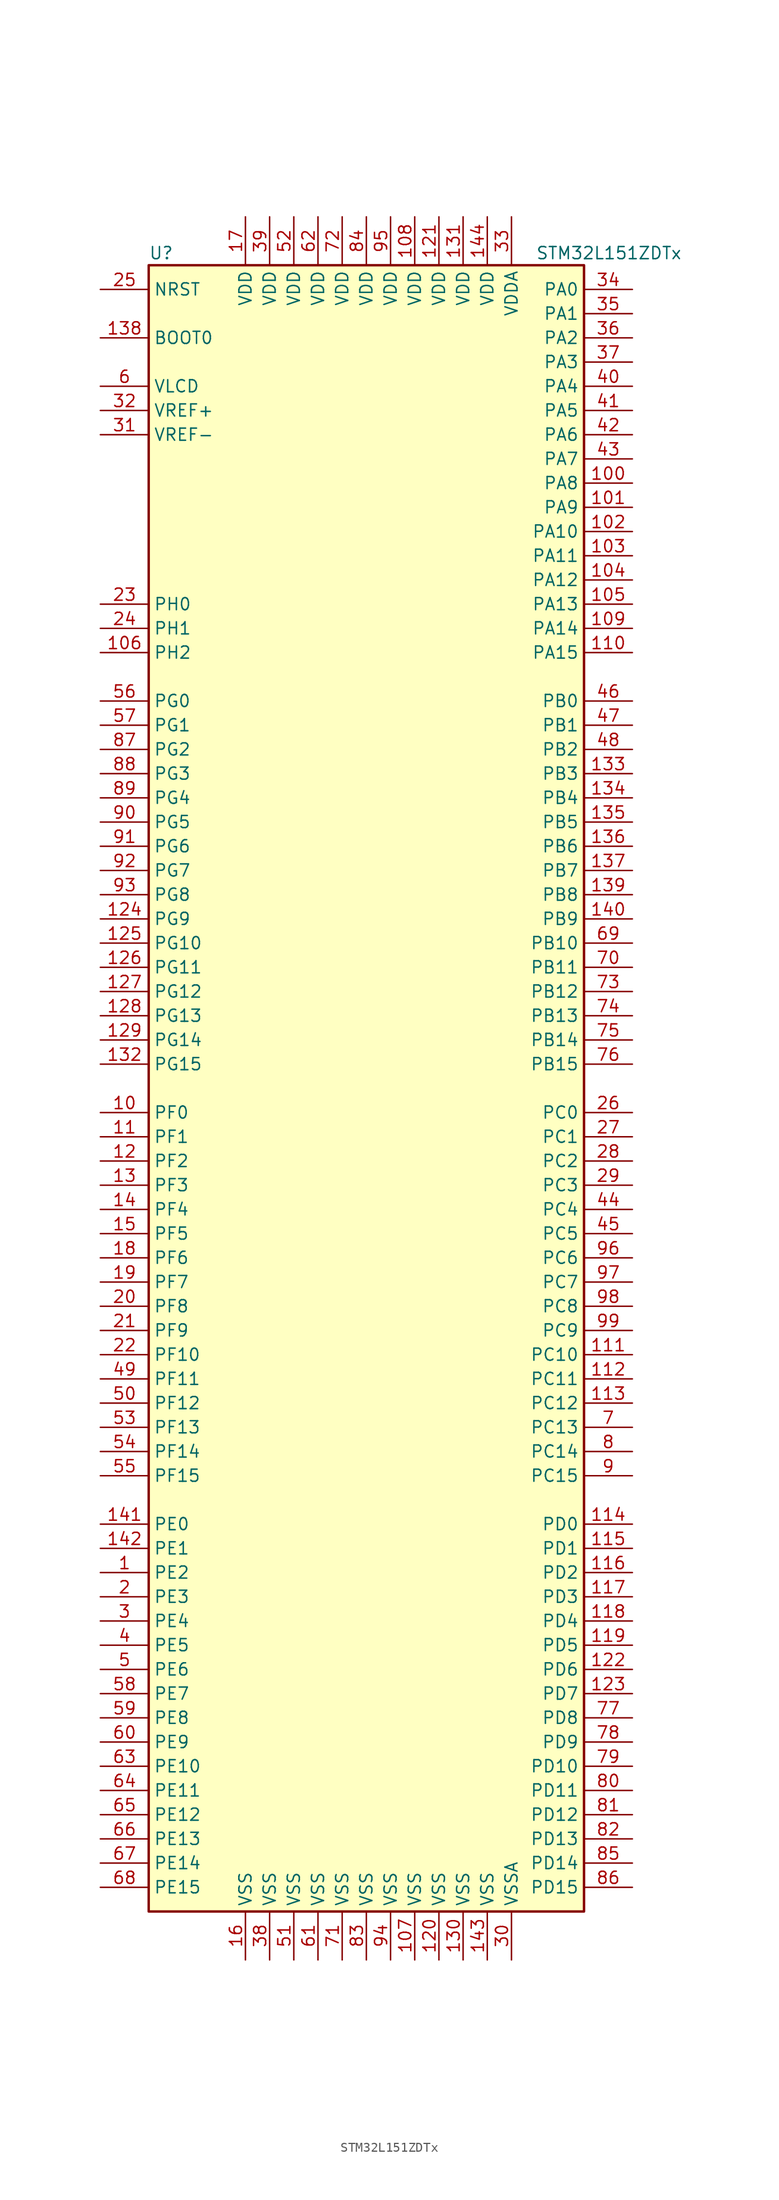
<source format=kicad_sym>
(kicad_symbol_lib
  (version 20201005)
  (generator kicad_symbol_editor)
  (symbol "STM32L151ZDTx"
    (property "Reference" "U"
      (at -22.86 87.63 0)
      (effects (font (size 1.27 1.27)) (justify left)))
    (property "Value" "STM32L151ZDTx"
      (at 17.78 87.63 0)
      (effects (font (size 1.27 1.27)) (justify left)))
    (symbol "STM32L151ZDTx_0_1"
      (rectangle (start -22.86 -86.36) (end 22.86 86.36) (stroke (width 0.254)) (fill (type background))))
    (symbol "STM32L151ZDTx_1_1"
      (pin input line (at -27.94 78.74 0) (length 5.08) (name "BOOT0" (effects (font (size 1.27 1.27)))) (number "138" (effects (font (size 1.27 1.27)))))
      (pin input line (at -27.94 83.82 0) (length 5.08) (name "NRST" (effects (font (size 1.27 1.27)))) (number "25" (effects (font (size 1.27 1.27)))))
      (pin bidirectional line (at 27.94 83.82 180) (length 5.08) (name "PA0" (effects (font (size 1.27 1.27)))) (number "34" (effects (font (size 1.27 1.27)))))
      (pin bidirectional line (at 27.94 81.28 180) (length 5.08) (name "PA1" (effects (font (size 1.27 1.27)))) (number "35" (effects (font (size 1.27 1.27)))))
      (pin bidirectional line (at 27.94 58.42 180) (length 5.08) (name "PA10" (effects (font (size 1.27 1.27)))) (number "102" (effects (font (size 1.27 1.27)))))
      (pin bidirectional line (at 27.94 55.88 180) (length 5.08) (name "PA11" (effects (font (size 1.27 1.27)))) (number "103" (effects (font (size 1.27 1.27)))))
      (pin bidirectional line (at 27.94 53.34 180) (length 5.08) (name "PA12" (effects (font (size 1.27 1.27)))) (number "104" (effects (font (size 1.27 1.27)))))
      (pin bidirectional line (at 27.94 50.8 180) (length 5.08) (name "PA13" (effects (font (size 1.27 1.27)))) (number "105" (effects (font (size 1.27 1.27)))))
      (pin bidirectional line (at 27.94 48.26 180) (length 5.08) (name "PA14" (effects (font (size 1.27 1.27)))) (number "109" (effects (font (size 1.27 1.27)))))
      (pin bidirectional line (at 27.94 45.72 180) (length 5.08) (name "PA15" (effects (font (size 1.27 1.27)))) (number "110" (effects (font (size 1.27 1.27)))))
      (pin bidirectional line (at 27.94 78.74 180) (length 5.08) (name "PA2" (effects (font (size 1.27 1.27)))) (number "36" (effects (font (size 1.27 1.27)))))
      (pin bidirectional line (at 27.94 76.2 180) (length 5.08) (name "PA3" (effects (font (size 1.27 1.27)))) (number "37" (effects (font (size 1.27 1.27)))))
      (pin bidirectional line (at 27.94 73.66 180) (length 5.08) (name "PA4" (effects (font (size 1.27 1.27)))) (number "40" (effects (font (size 1.27 1.27)))))
      (pin bidirectional line (at 27.94 71.12 180) (length 5.08) (name "PA5" (effects (font (size 1.27 1.27)))) (number "41" (effects (font (size 1.27 1.27)))))
      (pin bidirectional line (at 27.94 68.58 180) (length 5.08) (name "PA6" (effects (font (size 1.27 1.27)))) (number "42" (effects (font (size 1.27 1.27)))))
      (pin bidirectional line (at 27.94 66.04 180) (length 5.08) (name "PA7" (effects (font (size 1.27 1.27)))) (number "43" (effects (font (size 1.27 1.27)))))
      (pin bidirectional line (at 27.94 63.5 180) (length 5.08) (name "PA8" (effects (font (size 1.27 1.27)))) (number "100" (effects (font (size 1.27 1.27)))))
      (pin bidirectional line (at 27.94 60.96 180) (length 5.08) (name "PA9" (effects (font (size 1.27 1.27)))) (number "101" (effects (font (size 1.27 1.27)))))
      (pin bidirectional line (at 27.94 40.64 180) (length 5.08) (name "PB0" (effects (font (size 1.27 1.27)))) (number "46" (effects (font (size 1.27 1.27)))))
      (pin bidirectional line (at 27.94 38.1 180) (length 5.08) (name "PB1" (effects (font (size 1.27 1.27)))) (number "47" (effects (font (size 1.27 1.27)))))
      (pin bidirectional line (at 27.94 15.24 180) (length 5.08) (name "PB10" (effects (font (size 1.27 1.27)))) (number "69" (effects (font (size 1.27 1.27)))))
      (pin bidirectional line (at 27.94 12.7 180) (length 5.08) (name "PB11" (effects (font (size 1.27 1.27)))) (number "70" (effects (font (size 1.27 1.27)))))
      (pin bidirectional line (at 27.94 10.16 180) (length 5.08) (name "PB12" (effects (font (size 1.27 1.27)))) (number "73" (effects (font (size 1.27 1.27)))))
      (pin bidirectional line (at 27.94 7.62 180) (length 5.08) (name "PB13" (effects (font (size 1.27 1.27)))) (number "74" (effects (font (size 1.27 1.27)))))
      (pin bidirectional line (at 27.94 5.08 180) (length 5.08) (name "PB14" (effects (font (size 1.27 1.27)))) (number "75" (effects (font (size 1.27 1.27)))))
      (pin bidirectional line (at 27.94 2.54 180) (length 5.08) (name "PB15" (effects (font (size 1.27 1.27)))) (number "76" (effects (font (size 1.27 1.27)))))
      (pin bidirectional line (at 27.94 35.56 180) (length 5.08) (name "PB2" (effects (font (size 1.27 1.27)))) (number "48" (effects (font (size 1.27 1.27)))))
      (pin bidirectional line (at 27.94 33.02 180) (length 5.08) (name "PB3" (effects (font (size 1.27 1.27)))) (number "133" (effects (font (size 1.27 1.27)))))
      (pin bidirectional line (at 27.94 30.48 180) (length 5.08) (name "PB4" (effects (font (size 1.27 1.27)))) (number "134" (effects (font (size 1.27 1.27)))))
      (pin bidirectional line (at 27.94 27.94 180) (length 5.08) (name "PB5" (effects (font (size 1.27 1.27)))) (number "135" (effects (font (size 1.27 1.27)))))
      (pin bidirectional line (at 27.94 25.4 180) (length 5.08) (name "PB6" (effects (font (size 1.27 1.27)))) (number "136" (effects (font (size 1.27 1.27)))))
      (pin bidirectional line (at 27.94 22.86 180) (length 5.08) (name "PB7" (effects (font (size 1.27 1.27)))) (number "137" (effects (font (size 1.27 1.27)))))
      (pin bidirectional line (at 27.94 20.32 180) (length 5.08) (name "PB8" (effects (font (size 1.27 1.27)))) (number "139" (effects (font (size 1.27 1.27)))))
      (pin bidirectional line (at 27.94 17.78 180) (length 5.08) (name "PB9" (effects (font (size 1.27 1.27)))) (number "140" (effects (font (size 1.27 1.27)))))
      (pin bidirectional line (at 27.94 -2.54 180) (length 5.08) (name "PC0" (effects (font (size 1.27 1.27)))) (number "26" (effects (font (size 1.27 1.27)))))
      (pin bidirectional line (at 27.94 -5.08 180) (length 5.08) (name "PC1" (effects (font (size 1.27 1.27)))) (number "27" (effects (font (size 1.27 1.27)))))
      (pin bidirectional line (at 27.94 -27.94 180) (length 5.08) (name "PC10" (effects (font (size 1.27 1.27)))) (number "111" (effects (font (size 1.27 1.27)))))
      (pin bidirectional line (at 27.94 -30.48 180) (length 5.08) (name "PC11" (effects (font (size 1.27 1.27)))) (number "112" (effects (font (size 1.27 1.27)))))
      (pin bidirectional line (at 27.94 -33.02 180) (length 5.08) (name "PC12" (effects (font (size 1.27 1.27)))) (number "113" (effects (font (size 1.27 1.27)))))
      (pin bidirectional line (at 27.94 -35.56 180) (length 5.08) (name "PC13" (effects (font (size 1.27 1.27)))) (number "7" (effects (font (size 1.27 1.27)))))
      (pin bidirectional line (at 27.94 -38.1 180) (length 5.08) (name "PC14" (effects (font (size 1.27 1.27)))) (number "8" (effects (font (size 1.27 1.27)))))
      (pin bidirectional line (at 27.94 -40.64 180) (length 5.08) (name "PC15" (effects (font (size 1.27 1.27)))) (number "9" (effects (font (size 1.27 1.27)))))
      (pin bidirectional line (at 27.94 -7.62 180) (length 5.08) (name "PC2" (effects (font (size 1.27 1.27)))) (number "28" (effects (font (size 1.27 1.27)))))
      (pin bidirectional line (at 27.94 -10.16 180) (length 5.08) (name "PC3" (effects (font (size 1.27 1.27)))) (number "29" (effects (font (size 1.27 1.27)))))
      (pin bidirectional line (at 27.94 -12.7 180) (length 5.08) (name "PC4" (effects (font (size 1.27 1.27)))) (number "44" (effects (font (size 1.27 1.27)))))
      (pin bidirectional line (at 27.94 -15.24 180) (length 5.08) (name "PC5" (effects (font (size 1.27 1.27)))) (number "45" (effects (font (size 1.27 1.27)))))
      (pin bidirectional line (at 27.94 -17.78 180) (length 5.08) (name "PC6" (effects (font (size 1.27 1.27)))) (number "96" (effects (font (size 1.27 1.27)))))
      (pin bidirectional line (at 27.94 -20.32 180) (length 5.08) (name "PC7" (effects (font (size 1.27 1.27)))) (number "97" (effects (font (size 1.27 1.27)))))
      (pin bidirectional line (at 27.94 -22.86 180) (length 5.08) (name "PC8" (effects (font (size 1.27 1.27)))) (number "98" (effects (font (size 1.27 1.27)))))
      (pin bidirectional line (at 27.94 -25.4 180) (length 5.08) (name "PC9" (effects (font (size 1.27 1.27)))) (number "99" (effects (font (size 1.27 1.27)))))
      (pin bidirectional line (at 27.94 -45.72 180) (length 5.08) (name "PD0" (effects (font (size 1.27 1.27)))) (number "114" (effects (font (size 1.27 1.27)))))
      (pin bidirectional line (at 27.94 -48.26 180) (length 5.08) (name "PD1" (effects (font (size 1.27 1.27)))) (number "115" (effects (font (size 1.27 1.27)))))
      (pin bidirectional line (at 27.94 -71.12 180) (length 5.08) (name "PD10" (effects (font (size 1.27 1.27)))) (number "79" (effects (font (size 1.27 1.27)))))
      (pin bidirectional line (at 27.94 -73.66 180) (length 5.08) (name "PD11" (effects (font (size 1.27 1.27)))) (number "80" (effects (font (size 1.27 1.27)))))
      (pin bidirectional line (at 27.94 -76.2 180) (length 5.08) (name "PD12" (effects (font (size 1.27 1.27)))) (number "81" (effects (font (size 1.27 1.27)))))
      (pin bidirectional line (at 27.94 -78.74 180) (length 5.08) (name "PD13" (effects (font (size 1.27 1.27)))) (number "82" (effects (font (size 1.27 1.27)))))
      (pin bidirectional line (at 27.94 -81.28 180) (length 5.08) (name "PD14" (effects (font (size 1.27 1.27)))) (number "85" (effects (font (size 1.27 1.27)))))
      (pin bidirectional line (at 27.94 -83.82 180) (length 5.08) (name "PD15" (effects (font (size 1.27 1.27)))) (number "86" (effects (font (size 1.27 1.27)))))
      (pin bidirectional line (at 27.94 -50.8 180) (length 5.08) (name "PD2" (effects (font (size 1.27 1.27)))) (number "116" (effects (font (size 1.27 1.27)))))
      (pin bidirectional line (at 27.94 -53.34 180) (length 5.08) (name "PD3" (effects (font (size 1.27 1.27)))) (number "117" (effects (font (size 1.27 1.27)))))
      (pin bidirectional line (at 27.94 -55.88 180) (length 5.08) (name "PD4" (effects (font (size 1.27 1.27)))) (number "118" (effects (font (size 1.27 1.27)))))
      (pin bidirectional line (at 27.94 -58.42 180) (length 5.08) (name "PD5" (effects (font (size 1.27 1.27)))) (number "119" (effects (font (size 1.27 1.27)))))
      (pin bidirectional line (at 27.94 -60.96 180) (length 5.08) (name "PD6" (effects (font (size 1.27 1.27)))) (number "122" (effects (font (size 1.27 1.27)))))
      (pin bidirectional line (at 27.94 -63.5 180) (length 5.08) (name "PD7" (effects (font (size 1.27 1.27)))) (number "123" (effects (font (size 1.27 1.27)))))
      (pin bidirectional line (at 27.94 -66.04 180) (length 5.08) (name "PD8" (effects (font (size 1.27 1.27)))) (number "77" (effects (font (size 1.27 1.27)))))
      (pin bidirectional line (at 27.94 -68.58 180) (length 5.08) (name "PD9" (effects (font (size 1.27 1.27)))) (number "78" (effects (font (size 1.27 1.27)))))
      (pin bidirectional line (at -27.94 -45.72 0) (length 5.08) (name "PE0" (effects (font (size 1.27 1.27)))) (number "141" (effects (font (size 1.27 1.27)))))
      (pin bidirectional line (at -27.94 -48.26 0) (length 5.08) (name "PE1" (effects (font (size 1.27 1.27)))) (number "142" (effects (font (size 1.27 1.27)))))
      (pin bidirectional line (at -27.94 -71.12 0) (length 5.08) (name "PE10" (effects (font (size 1.27 1.27)))) (number "63" (effects (font (size 1.27 1.27)))))
      (pin bidirectional line (at -27.94 -73.66 0) (length 5.08) (name "PE11" (effects (font (size 1.27 1.27)))) (number "64" (effects (font (size 1.27 1.27)))))
      (pin bidirectional line (at -27.94 -76.2 0) (length 5.08) (name "PE12" (effects (font (size 1.27 1.27)))) (number "65" (effects (font (size 1.27 1.27)))))
      (pin bidirectional line (at -27.94 -78.74 0) (length 5.08) (name "PE13" (effects (font (size 1.27 1.27)))) (number "66" (effects (font (size 1.27 1.27)))))
      (pin bidirectional line (at -27.94 -81.28 0) (length 5.08) (name "PE14" (effects (font (size 1.27 1.27)))) (number "67" (effects (font (size 1.27 1.27)))))
      (pin bidirectional line (at -27.94 -83.82 0) (length 5.08) (name "PE15" (effects (font (size 1.27 1.27)))) (number "68" (effects (font (size 1.27 1.27)))))
      (pin bidirectional line (at -27.94 -50.8 0) (length 5.08) (name "PE2" (effects (font (size 1.27 1.27)))) (number "1" (effects (font (size 1.27 1.27)))))
      (pin bidirectional line (at -27.94 -53.34 0) (length 5.08) (name "PE3" (effects (font (size 1.27 1.27)))) (number "2" (effects (font (size 1.27 1.27)))))
      (pin bidirectional line (at -27.94 -55.88 0) (length 5.08) (name "PE4" (effects (font (size 1.27 1.27)))) (number "3" (effects (font (size 1.27 1.27)))))
      (pin bidirectional line (at -27.94 -58.42 0) (length 5.08) (name "PE5" (effects (font (size 1.27 1.27)))) (number "4" (effects (font (size 1.27 1.27)))))
      (pin bidirectional line (at -27.94 -60.96 0) (length 5.08) (name "PE6" (effects (font (size 1.27 1.27)))) (number "5" (effects (font (size 1.27 1.27)))))
      (pin bidirectional line (at -27.94 -63.5 0) (length 5.08) (name "PE7" (effects (font (size 1.27 1.27)))) (number "58" (effects (font (size 1.27 1.27)))))
      (pin bidirectional line (at -27.94 -66.04 0) (length 5.08) (name "PE8" (effects (font (size 1.27 1.27)))) (number "59" (effects (font (size 1.27 1.27)))))
      (pin bidirectional line (at -27.94 -68.58 0) (length 5.08) (name "PE9" (effects (font (size 1.27 1.27)))) (number "60" (effects (font (size 1.27 1.27)))))
      (pin bidirectional line (at -27.94 -2.54 0) (length 5.08) (name "PF0" (effects (font (size 1.27 1.27)))) (number "10" (effects (font (size 1.27 1.27)))))
      (pin bidirectional line (at -27.94 -5.08 0) (length 5.08) (name "PF1" (effects (font (size 1.27 1.27)))) (number "11" (effects (font (size 1.27 1.27)))))
      (pin bidirectional line (at -27.94 -27.94 0) (length 5.08) (name "PF10" (effects (font (size 1.27 1.27)))) (number "22" (effects (font (size 1.27 1.27)))))
      (pin bidirectional line (at -27.94 -30.48 0) (length 5.08) (name "PF11" (effects (font (size 1.27 1.27)))) (number "49" (effects (font (size 1.27 1.27)))))
      (pin bidirectional line (at -27.94 -33.02 0) (length 5.08) (name "PF12" (effects (font (size 1.27 1.27)))) (number "50" (effects (font (size 1.27 1.27)))))
      (pin bidirectional line (at -27.94 -35.56 0) (length 5.08) (name "PF13" (effects (font (size 1.27 1.27)))) (number "53" (effects (font (size 1.27 1.27)))))
      (pin bidirectional line (at -27.94 -38.1 0) (length 5.08) (name "PF14" (effects (font (size 1.27 1.27)))) (number "54" (effects (font (size 1.27 1.27)))))
      (pin bidirectional line (at -27.94 -40.64 0) (length 5.08) (name "PF15" (effects (font (size 1.27 1.27)))) (number "55" (effects (font (size 1.27 1.27)))))
      (pin bidirectional line (at -27.94 -7.62 0) (length 5.08) (name "PF2" (effects (font (size 1.27 1.27)))) (number "12" (effects (font (size 1.27 1.27)))))
      (pin bidirectional line (at -27.94 -10.16 0) (length 5.08) (name "PF3" (effects (font (size 1.27 1.27)))) (number "13" (effects (font (size 1.27 1.27)))))
      (pin bidirectional line (at -27.94 -12.7 0) (length 5.08) (name "PF4" (effects (font (size 1.27 1.27)))) (number "14" (effects (font (size 1.27 1.27)))))
      (pin bidirectional line (at -27.94 -15.24 0) (length 5.08) (name "PF5" (effects (font (size 1.27 1.27)))) (number "15" (effects (font (size 1.27 1.27)))))
      (pin bidirectional line (at -27.94 -17.78 0) (length 5.08) (name "PF6" (effects (font (size 1.27 1.27)))) (number "18" (effects (font (size 1.27 1.27)))))
      (pin bidirectional line (at -27.94 -20.32 0) (length 5.08) (name "PF7" (effects (font (size 1.27 1.27)))) (number "19" (effects (font (size 1.27 1.27)))))
      (pin bidirectional line (at -27.94 -22.86 0) (length 5.08) (name "PF8" (effects (font (size 1.27 1.27)))) (number "20" (effects (font (size 1.27 1.27)))))
      (pin bidirectional line (at -27.94 -25.4 0) (length 5.08) (name "PF9" (effects (font (size 1.27 1.27)))) (number "21" (effects (font (size 1.27 1.27)))))
      (pin bidirectional line (at -27.94 40.64 0) (length 5.08) (name "PG0" (effects (font (size 1.27 1.27)))) (number "56" (effects (font (size 1.27 1.27)))))
      (pin bidirectional line (at -27.94 38.1 0) (length 5.08) (name "PG1" (effects (font (size 1.27 1.27)))) (number "57" (effects (font (size 1.27 1.27)))))
      (pin bidirectional line (at -27.94 15.24 0) (length 5.08) (name "PG10" (effects (font (size 1.27 1.27)))) (number "125" (effects (font (size 1.27 1.27)))))
      (pin bidirectional line (at -27.94 12.7 0) (length 5.08) (name "PG11" (effects (font (size 1.27 1.27)))) (number "126" (effects (font (size 1.27 1.27)))))
      (pin bidirectional line (at -27.94 10.16 0) (length 5.08) (name "PG12" (effects (font (size 1.27 1.27)))) (number "127" (effects (font (size 1.27 1.27)))))
      (pin bidirectional line (at -27.94 7.62 0) (length 5.08) (name "PG13" (effects (font (size 1.27 1.27)))) (number "128" (effects (font (size 1.27 1.27)))))
      (pin bidirectional line (at -27.94 5.08 0) (length 5.08) (name "PG14" (effects (font (size 1.27 1.27)))) (number "129" (effects (font (size 1.27 1.27)))))
      (pin bidirectional line (at -27.94 2.54 0) (length 5.08) (name "PG15" (effects (font (size 1.27 1.27)))) (number "132" (effects (font (size 1.27 1.27)))))
      (pin bidirectional line (at -27.94 35.56 0) (length 5.08) (name "PG2" (effects (font (size 1.27 1.27)))) (number "87" (effects (font (size 1.27 1.27)))))
      (pin bidirectional line (at -27.94 33.02 0) (length 5.08) (name "PG3" (effects (font (size 1.27 1.27)))) (number "88" (effects (font (size 1.27 1.27)))))
      (pin bidirectional line (at -27.94 30.48 0) (length 5.08) (name "PG4" (effects (font (size 1.27 1.27)))) (number "89" (effects (font (size 1.27 1.27)))))
      (pin bidirectional line (at -27.94 27.94 0) (length 5.08) (name "PG5" (effects (font (size 1.27 1.27)))) (number "90" (effects (font (size 1.27 1.27)))))
      (pin bidirectional line (at -27.94 25.4 0) (length 5.08) (name "PG6" (effects (font (size 1.27 1.27)))) (number "91" (effects (font (size 1.27 1.27)))))
      (pin bidirectional line (at -27.94 22.86 0) (length 5.08) (name "PG7" (effects (font (size 1.27 1.27)))) (number "92" (effects (font (size 1.27 1.27)))))
      (pin bidirectional line (at -27.94 20.32 0) (length 5.08) (name "PG8" (effects (font (size 1.27 1.27)))) (number "93" (effects (font (size 1.27 1.27)))))
      (pin bidirectional line (at -27.94 17.78 0) (length 5.08) (name "PG9" (effects (font (size 1.27 1.27)))) (number "124" (effects (font (size 1.27 1.27)))))
      (pin input line (at -27.94 50.8 0) (length 5.08) (name "PH0" (effects (font (size 1.27 1.27)))) (number "23" (effects (font (size 1.27 1.27)))))
      (pin input line (at -27.94 48.26 0) (length 5.08) (name "PH1" (effects (font (size 1.27 1.27)))) (number "24" (effects (font (size 1.27 1.27)))))
      (pin bidirectional line (at -27.94 45.72 0) (length 5.08) (name "PH2" (effects (font (size 1.27 1.27)))) (number "106" (effects (font (size 1.27 1.27)))))
      (pin power_in line (at 5.08 91.44 270) (length 5.08) (name "VDD" (effects (font (size 1.27 1.27)))) (number "108" (effects (font (size 1.27 1.27)))))
      (pin power_in line (at 7.62 91.44 270) (length 5.08) (name "VDD" (effects (font (size 1.27 1.27)))) (number "121" (effects (font (size 1.27 1.27)))))
      (pin power_in line (at 10.16 91.44 270) (length 5.08) (name "VDD" (effects (font (size 1.27 1.27)))) (number "131" (effects (font (size 1.27 1.27)))))
      (pin power_in line (at 12.7 91.44 270) (length 5.08) (name "VDD" (effects (font (size 1.27 1.27)))) (number "144" (effects (font (size 1.27 1.27)))))
      (pin power_in line (at -12.7 91.44 270) (length 5.08) (name "VDD" (effects (font (size 1.27 1.27)))) (number "17" (effects (font (size 1.27 1.27)))))
      (pin power_in line (at -10.16 91.44 270) (length 5.08) (name "VDD" (effects (font (size 1.27 1.27)))) (number "39" (effects (font (size 1.27 1.27)))))
      (pin power_in line (at -7.62 91.44 270) (length 5.08) (name "VDD" (effects (font (size 1.27 1.27)))) (number "52" (effects (font (size 1.27 1.27)))))
      (pin power_in line (at -5.08 91.44 270) (length 5.08) (name "VDD" (effects (font (size 1.27 1.27)))) (number "62" (effects (font (size 1.27 1.27)))))
      (pin power_in line (at -2.54 91.44 270) (length 5.08) (name "VDD" (effects (font (size 1.27 1.27)))) (number "72" (effects (font (size 1.27 1.27)))))
      (pin power_in line (at 0 91.44 270) (length 5.08) (name "VDD" (effects (font (size 1.27 1.27)))) (number "84" (effects (font (size 1.27 1.27)))))
      (pin power_in line (at 2.54 91.44 270) (length 5.08) (name "VDD" (effects (font (size 1.27 1.27)))) (number "95" (effects (font (size 1.27 1.27)))))
      (pin power_in line (at 15.24 91.44 270) (length 5.08) (name "VDDA" (effects (font (size 1.27 1.27)))) (number "33" (effects (font (size 1.27 1.27)))))
      (pin power_in line (at -27.94 73.66 0) (length 5.08) (name "VLCD" (effects (font (size 1.27 1.27)))) (number "6" (effects (font (size 1.27 1.27)))))
      (pin power_in line (at -27.94 71.12 0) (length 5.08) (name "VREF+" (effects (font (size 1.27 1.27)))) (number "32" (effects (font (size 1.27 1.27)))))
      (pin power_in line (at -27.94 68.58 0) (length 5.08) (name "VREF-" (effects (font (size 1.27 1.27)))) (number "31" (effects (font (size 1.27 1.27)))))
      (pin power_in line (at 5.08 -91.44 90) (length 5.08) (name "VSS" (effects (font (size 1.27 1.27)))) (number "107" (effects (font (size 1.27 1.27)))))
      (pin power_in line (at 7.62 -91.44 90) (length 5.08) (name "VSS" (effects (font (size 1.27 1.27)))) (number "120" (effects (font (size 1.27 1.27)))))
      (pin power_in line (at 10.16 -91.44 90) (length 5.08) (name "VSS" (effects (font (size 1.27 1.27)))) (number "130" (effects (font (size 1.27 1.27)))))
      (pin power_in line (at 12.7 -91.44 90) (length 5.08) (name "VSS" (effects (font (size 1.27 1.27)))) (number "143" (effects (font (size 1.27 1.27)))))
      (pin power_in line (at -12.7 -91.44 90) (length 5.08) (name "VSS" (effects (font (size 1.27 1.27)))) (number "16" (effects (font (size 1.27 1.27)))))
      (pin power_in line (at -10.16 -91.44 90) (length 5.08) (name "VSS" (effects (font (size 1.27 1.27)))) (number "38" (effects (font (size 1.27 1.27)))))
      (pin power_in line (at -7.62 -91.44 90) (length 5.08) (name "VSS" (effects (font (size 1.27 1.27)))) (number "51" (effects (font (size 1.27 1.27)))))
      (pin power_in line (at -5.08 -91.44 90) (length 5.08) (name "VSS" (effects (font (size 1.27 1.27)))) (number "61" (effects (font (size 1.27 1.27)))))
      (pin power_in line (at -2.54 -91.44 90) (length 5.08) (name "VSS" (effects (font (size 1.27 1.27)))) (number "71" (effects (font (size 1.27 1.27)))))
      (pin power_in line (at 0 -91.44 90) (length 5.08) (name "VSS" (effects (font (size 1.27 1.27)))) (number "83" (effects (font (size 1.27 1.27)))))
      (pin power_in line (at 2.54 -91.44 90) (length 5.08) (name "VSS" (effects (font (size 1.27 1.27)))) (number "94" (effects (font (size 1.27 1.27)))))
      (pin power_in line (at 15.24 -91.44 90) (length 5.08) (name "VSSA" (effects (font (size 1.27 1.27)))) (number "30" (effects (font (size 1.27 1.27))))))))
</source>
